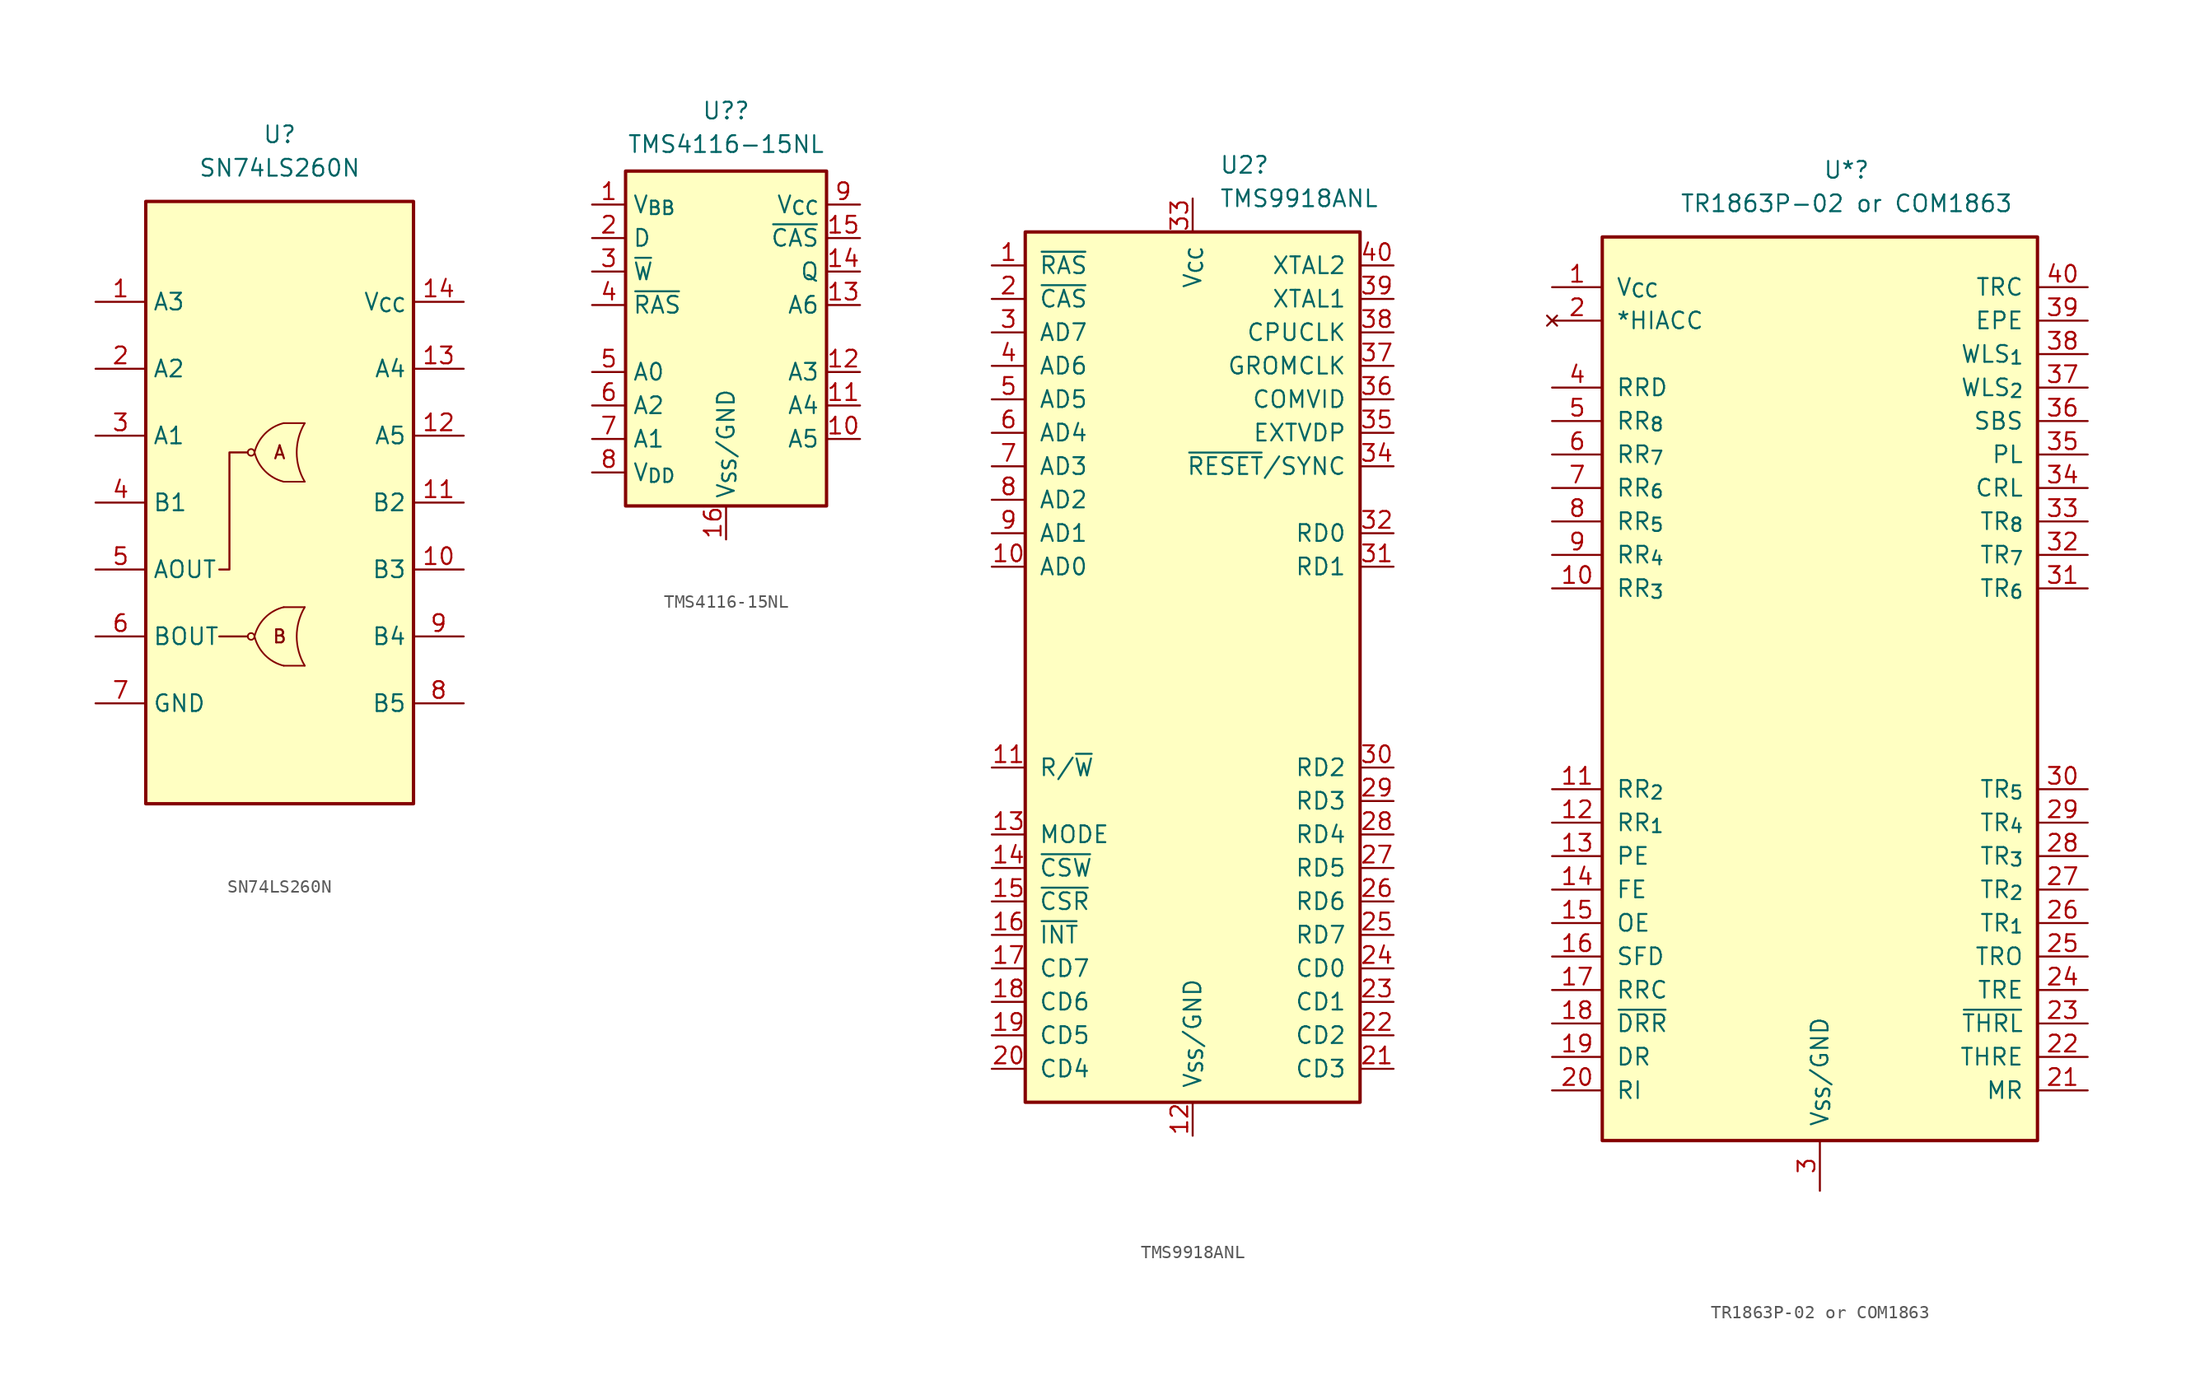
<source format=kicad_sym>
(kicad_symbol_lib
  (version 20211014)
  (generator kicad_symbol_editor)
  (symbol "SN74LS260N"
    (property "Reference" "U"
      (at 0 27.94 0)
      (effects (font (size 1.27 1.27))))
    (property "Value" "SN74LS260N"
      (at 0 25.4 0)
      (effects (font (size 1.27 1.27))))
    (symbol "SN74LS260N_0_0"
      (text "A" (at 0 3.81 0) (effects (font (size 0.991 0.991))))
      (text "B" (at 0 -10.16 0) (effects (font (size 0.991 0.991)))))
    (symbol "SN74LS260N_0_1"
      (rectangle (start -10.16 22.86) (end 10.16 -22.86) (stroke (width 0.254) (type default) (color 0 0 0 0)) (fill (type background)))
      (polyline (pts (xy -4.58 -10.16) (xy -2.418 -10.16)) (stroke (width 0) (type default) (color 0 0 0 0)) (fill (type none)))
      (polyline (pts (xy -4.58 -5.08) (xy -3.81 -5.08) (xy -3.81 3.81) (xy -2.418 3.81)) (stroke (width 0) (type default) (color 0 0 0 0)) (fill (type none))))
    (symbol "SN74LS260N_1_1"
      (circle (center -2.164 -10.16) (radius 0.254) (stroke (width 0.127) (type default) (color 0 0 0 0)) (fill (type none)))
      (circle (center -2.164 3.81) (radius 0.254) (stroke (width 0.127) (type default) (color 0 0 0 0)) (fill (type none)))
      (arc (start -1.905 -10.16) (mid -1.1099 -11.5793) (end 0.3048 -12.3825) (stroke (width 0.127) (type default) (color 0 0 0 0)) (fill (type background)))
      (arc (start -1.905 3.81) (mid -1.1099 2.3907) (end 0.3048 1.5875) (stroke (width 0.127) (type default) (color 0 0 0 0)) (fill (type background)))
      (polyline (pts (xy 1.905 -12.383) (xy 0.318 -12.383)) (stroke (width 0.127) (type default) (color 0 0 0 0)) (fill (type background)))
      (polyline (pts (xy 1.905 -7.938) (xy 0.318 -7.938)) (stroke (width 0.127) (type default) (color 0 0 0 0)) (fill (type background)))
      (polyline (pts (xy 1.905 1.587) (xy 0.318 1.587)) (stroke (width 0.127) (type default) (color 0 0 0 0)) (fill (type background)))
      (polyline (pts (xy 1.905 6.032) (xy 0.318 6.032)) (stroke (width 0.127) (type default) (color 0 0 0 0)) (fill (type background)))
      (polyline (pts (xy 0 1.27) (xy 1.587 1.27) (xy 1.587 1.27) (xy 1.499 1.448) (xy 1.232 2.032) (xy 1.067 2.654) (xy 0.991 3.277) (xy 1.003 3.924) (xy 1.118 4.547) (xy 1.308 5.156) (xy 1.587 5.715) (xy 1.587 5.715) (xy 0 5.715)) (stroke (width -12.7) (type default) (color 0 0 0 0)) (fill (type background)))
      (polyline (pts (xy 0.318 -12.383) (xy 1.905 -12.383) (xy 1.905 -12.383) (xy 1.816 -12.205) (xy 1.549 -11.62) (xy 1.384 -10.998) (xy 1.308 -10.376) (xy 1.321 -9.728) (xy 1.435 -9.106) (xy 1.626 -8.496) (xy 1.905 -7.938) (xy 1.905 -7.938) (xy 0.318 -7.938)) (stroke (width -12.7) (type default) (color 0 0 0 0)) (fill (type background)))
      (polyline (pts (xy 0.318 -2.223) (xy 1.905 -2.223) (xy 1.905 -2.223) (xy 1.816 -2.045) (xy 1.549 -1.46) (xy 1.384 -0.838) (xy 1.308 -0.216) (xy 1.321 0.432) (xy 1.435 1.054) (xy 1.626 1.664) (xy 1.905 2.223) (xy 1.905 2.223) (xy 0.318 2.223)) (stroke (width -12.7) (type default) (color 0 0 0 0)) (fill (type background)))
      (arc (start 0.3048 -7.9375) (mid -1.112 -8.7386) (end -1.905 -10.16) (stroke (width 0.127) (type default) (color 0 0 0 0)) (fill (type background)))
      (arc (start 0.3048 6.0325) (mid -1.112 5.2314) (end -1.905 3.81) (stroke (width 0.127) (type default) (color 0 0 0 0)) (fill (type background)))
      (arc (start 1.905 -7.9375) (mid 1.2955 -10.16) (end 1.905 -12.3825) (stroke (width 0.127) (type default) (color 0 0 0 0)) (fill (type none)))
      (arc (start 1.905 6.0325) (mid 1.2955 3.81) (end 1.905 1.5875) (stroke (width 0.127) (type default) (color 0 0 0 0)) (fill (type none)))
      (pin input line (at -13.97 15.24 0) (length 3.81) (name "A3" (effects (font (size 1.27 1.27)))) (number "1" (effects (font (size 1.27 1.27)))))
      (pin input line (at 13.97 -5.08 180) (length 3.81) (name "B3" (effects (font (size 1.27 1.27)))) (number "10" (effects (font (size 1.27 1.27)))))
      (pin input line (at 13.97 0 180) (length 3.81) (name "B2" (effects (font (size 1.27 1.27)))) (number "11" (effects (font (size 1.27 1.27)))))
      (pin input line (at 13.97 5.08 180) (length 3.81) (name "A5" (effects (font (size 1.27 1.27)))) (number "12" (effects (font (size 1.27 1.27)))))
      (pin input line (at 13.97 10.16 180) (length 3.81) (name "A4" (effects (font (size 1.27 1.27)))) (number "13" (effects (font (size 1.27 1.27)))))
      (pin power_in line (at 13.97 15.24 180) (length 3.81) (name "V_{CC}" (effects (font (size 1.27 1.27)))) (number "14" (effects (font (size 1.27 1.27)))))
      (pin input line (at -13.97 10.16 0) (length 3.81) (name "A2" (effects (font (size 1.27 1.27)))) (number "2" (effects (font (size 1.27 1.27)))))
      (pin input line (at -13.97 5.08 0) (length 3.81) (name "A1" (effects (font (size 1.27 1.27)))) (number "3" (effects (font (size 1.27 1.27)))))
      (pin input line (at -13.97 0 0) (length 3.81) (name "B1" (effects (font (size 1.27 1.27)))) (number "4" (effects (font (size 1.27 1.27)))))
      (pin output line (at -13.97 -5.08 0) (length 3.81) (name "AOUT" (effects (font (size 1.27 1.27)))) (number "5" (effects (font (size 1.27 1.27)))))
      (pin output line (at -13.97 -10.16 0) (length 3.81) (name "BOUT" (effects (font (size 1.27 1.27)))) (number "6" (effects (font (size 1.27 1.27)))))
      (pin power_in line (at -13.97 -15.24 0) (length 3.81) (name "GND" (effects (font (size 1.27 1.27)))) (number "7" (effects (font (size 1.27 1.27)))))
      (pin input line (at 13.97 -15.24 180) (length 3.81) (name "B5" (effects (font (size 1.27 1.27)))) (number "8" (effects (font (size 1.27 1.27)))))
      (pin input line (at 13.97 -10.16 180) (length 3.81) (name "B4" (effects (font (size 1.27 1.27)))) (number "9" (effects (font (size 1.27 1.27)))))))
  (symbol "TMS4116-15NL"
    (property "Reference" "U?"
      (at 0 17.272 0)
      (effects (font (size 1.27 1.27))))
    (property "Value" "TMS4116-15NL"
      (at 0 14.732 0)
      (effects (font (size 1.27 1.27))))
    (symbol "TMS4116-15NL_0_1"
      (rectangle (start -7.62 12.7) (end 7.62 -12.7) (stroke (width 0.254) (type default) (color 0 0 0 0)) (fill (type background))))
    (symbol "TMS4116-15NL_1_1"
      (pin power_in line (at -10.16 10.16 0) (length 2.54) (name "V_{BB}" (effects (font (size 1.27 1.27)))) (number "1" (effects (font (size 1.27 1.27)))))
      (pin passive line (at 10.16 -7.62 180) (length 2.54) (name "A5" (effects (font (size 1.27 1.27)))) (number "10" (effects (font (size 1.27 1.27)))))
      (pin passive line (at 10.16 -5.08 180) (length 2.54) (name "A4" (effects (font (size 1.27 1.27)))) (number "11" (effects (font (size 1.27 1.27)))))
      (pin passive line (at 10.16 -2.54 180) (length 2.54) (name "A3" (effects (font (size 1.27 1.27)))) (number "12" (effects (font (size 1.27 1.27)))))
      (pin passive line (at 10.16 2.54 180) (length 2.54) (name "A6" (effects (font (size 1.27 1.27)))) (number "13" (effects (font (size 1.27 1.27)))))
      (pin output line (at 10.16 5.08 180) (length 2.54) (name "Q" (effects (font (size 1.27 1.27)))) (number "14" (effects (font (size 1.27 1.27)))))
      (pin passive line (at 10.16 7.62 180) (length 2.54) (name "~{CAS}" (effects (font (size 1.27 1.27)))) (number "15" (effects (font (size 1.27 1.27)))))
      (pin power_in line (at 0 -15.24 90) (length 2.54) (name "V_{SS}/GND" (effects (font (size 1.27 1.27)))) (number "16" (effects (font (size 1.27 1.27)))))
      (pin input line (at -10.16 7.62 0) (length 2.54) (name "D" (effects (font (size 1.27 1.27)))) (number "2" (effects (font (size 1.27 1.27)))))
      (pin passive line (at -10.16 5.08 0) (length 2.54) (name "~{W}" (effects (font (size 1.27 1.27)))) (number "3" (effects (font (size 1.27 1.27)))))
      (pin passive line (at -10.16 2.54 0) (length 2.54) (name "~{RAS}" (effects (font (size 1.27 1.27)))) (number "4" (effects (font (size 1.27 1.27)))))
      (pin passive line (at -10.16 -2.54 0) (length 2.54) (name "A0" (effects (font (size 1.27 1.27)))) (number "5" (effects (font (size 1.27 1.27)))))
      (pin passive line (at -10.16 -5.08 0) (length 2.54) (name "A2" (effects (font (size 1.27 1.27)))) (number "6" (effects (font (size 1.27 1.27)))))
      (pin passive line (at -10.16 -7.62 0) (length 2.54) (name "A1" (effects (font (size 1.27 1.27)))) (number "7" (effects (font (size 1.27 1.27)))))
      (pin power_in line (at -10.16 -10.16 0) (length 2.54) (name "V_{DD}" (effects (font (size 1.27 1.27)))) (number "8" (effects (font (size 1.27 1.27)))))
      (pin power_in line (at 10.16 10.16 180) (length 2.54) (name "V_{CC}" (effects (font (size 1.27 1.27)))) (number "9" (effects (font (size 1.27 1.27)))))))
  (symbol "TMS9918ANL"
    (pin_names
      (offset 1.016))
    (property "Reference" "U2"
      (at 2.019 38.1 0)
      (effects (font (size 1.27 1.27)) (justify left)))
    (property "Value" "TMS9918ANL"
      (at 2.019 35.56 0)
      (effects (font (size 1.27 1.27)) (justify left)))
    (symbol "TMS9918ANL_0_1"
      (rectangle (start -12.7 -33.02) (end 12.7 33.02) (stroke (width 0.254) (type default) (color 0 0 0 0)) (fill (type background))))
    (symbol "TMS9918ANL_1_1"
      (pin output line (at -15.24 30.48 0) (length 2.54) (name "~{RAS}" (effects (font (size 1.27 1.27)))) (number "1" (effects (font (size 1.27 1.27)))))
      (pin output line (at -15.24 7.62 0) (length 2.54) (name "AD0" (effects (font (size 1.27 1.27)))) (number "10" (effects (font (size 1.27 1.27)))))
      (pin output line (at -15.24 -7.62 0) (length 2.54) (name "R/~{W}" (effects (font (size 1.27 1.27)))) (number "11" (effects (font (size 1.27 1.27)))))
      (pin power_in line (at 0 -35.56 90) (length 2.54) (name "V_{SS}/GND" (effects (font (size 1.27 1.27)))) (number "12" (effects (font (size 1.27 1.27)))))
      (pin input line (at -15.24 -12.7 0) (length 2.54) (name "MODE" (effects (font (size 1.27 1.27)))) (number "13" (effects (font (size 1.27 1.27)))))
      (pin input line (at -15.24 -15.24 0) (length 2.54) (name "~{CSW}" (effects (font (size 1.27 1.27)))) (number "14" (effects (font (size 1.27 1.27)))))
      (pin input line (at -15.24 -17.78 0) (length 2.54) (name "~{CSR}" (effects (font (size 1.27 1.27)))) (number "15" (effects (font (size 1.27 1.27)))))
      (pin output line (at -15.24 -20.32 0) (length 2.54) (name "~{INT}" (effects (font (size 1.27 1.27)))) (number "16" (effects (font (size 1.27 1.27)))))
      (pin bidirectional line (at -15.24 -22.86 0) (length 2.54) (name "CD7" (effects (font (size 1.27 1.27)))) (number "17" (effects (font (size 1.27 1.27)))))
      (pin bidirectional line (at -15.24 -25.4 0) (length 2.54) (name "CD6" (effects (font (size 1.27 1.27)))) (number "18" (effects (font (size 1.27 1.27)))))
      (pin bidirectional line (at -15.24 -27.94 0) (length 2.54) (name "CD5" (effects (font (size 1.27 1.27)))) (number "19" (effects (font (size 1.27 1.27)))))
      (pin output line (at -15.24 27.94 0) (length 2.54) (name "~{CAS}" (effects (font (size 1.27 1.27)))) (number "2" (effects (font (size 1.27 1.27)))))
      (pin bidirectional line (at -15.24 -30.48 0) (length 2.54) (name "CD4" (effects (font (size 1.27 1.27)))) (number "20" (effects (font (size 1.27 1.27)))))
      (pin bidirectional line (at 15.24 -30.48 180) (length 2.54) (name "CD3" (effects (font (size 1.27 1.27)))) (number "21" (effects (font (size 1.27 1.27)))))
      (pin bidirectional line (at 15.24 -27.94 180) (length 2.54) (name "CD2" (effects (font (size 1.27 1.27)))) (number "22" (effects (font (size 1.27 1.27)))))
      (pin bidirectional line (at 15.24 -25.4 180) (length 2.54) (name "CD1" (effects (font (size 1.27 1.27)))) (number "23" (effects (font (size 1.27 1.27)))))
      (pin bidirectional line (at 15.24 -22.86 180) (length 2.54) (name "CD0" (effects (font (size 1.27 1.27)))) (number "24" (effects (font (size 1.27 1.27)))))
      (pin input line (at 15.24 -20.32 180) (length 2.54) (name "RD7" (effects (font (size 1.27 1.27)))) (number "25" (effects (font (size 1.27 1.27)))))
      (pin input line (at 15.24 -17.78 180) (length 2.54) (name "RD6" (effects (font (size 1.27 1.27)))) (number "26" (effects (font (size 1.27 1.27)))))
      (pin input line (at 15.24 -15.24 180) (length 2.54) (name "RD5" (effects (font (size 1.27 1.27)))) (number "27" (effects (font (size 1.27 1.27)))))
      (pin input line (at 15.24 -12.7 180) (length 2.54) (name "RD4" (effects (font (size 1.27 1.27)))) (number "28" (effects (font (size 1.27 1.27)))))
      (pin input line (at 15.24 -10.16 180) (length 2.54) (name "RD3" (effects (font (size 1.27 1.27)))) (number "29" (effects (font (size 1.27 1.27)))))
      (pin output line (at -15.24 25.4 0) (length 2.54) (name "AD7" (effects (font (size 1.27 1.27)))) (number "3" (effects (font (size 1.27 1.27)))))
      (pin input line (at 15.24 -7.62 180) (length 2.54) (name "RD2" (effects (font (size 1.27 1.27)))) (number "30" (effects (font (size 1.27 1.27)))))
      (pin input line (at 15.24 7.62 180) (length 2.54) (name "RD1" (effects (font (size 1.27 1.27)))) (number "31" (effects (font (size 1.27 1.27)))))
      (pin input line (at 15.24 10.16 180) (length 2.54) (name "RD0" (effects (font (size 1.27 1.27)))) (number "32" (effects (font (size 1.27 1.27)))))
      (pin power_in line (at 0 35.56 270) (length 2.54) (name "V_{CC}" (effects (font (size 1.27 1.27)))) (number "33" (effects (font (size 1.27 1.27)))))
      (pin input line (at 15.24 15.24 180) (length 2.54) (name "~{RESET}/SYNC" (effects (font (size 1.27 1.27)))) (number "34" (effects (font (size 1.27 1.27)))))
      (pin bidirectional line (at 15.24 17.78 180) (length 2.54) (name "EXTVDP" (effects (font (size 1.27 1.27)))) (number "35" (effects (font (size 1.27 1.27)))))
      (pin output line (at 15.24 20.32 180) (length 2.54) (name "COMVID" (effects (font (size 1.27 1.27)))) (number "36" (effects (font (size 1.27 1.27)))))
      (pin output line (at 15.24 22.86 180) (length 2.54) (name "GROMCLK" (effects (font (size 1.27 1.27)))) (number "37" (effects (font (size 1.27 1.27)))))
      (pin output line (at 15.24 25.4 180) (length 2.54) (name "CPUCLK" (effects (font (size 1.27 1.27)))) (number "38" (effects (font (size 1.27 1.27)))))
      (pin input line (at 15.24 27.94 180) (length 2.54) (name "XTAL1" (effects (font (size 1.27 1.27)))) (number "39" (effects (font (size 1.27 1.27)))))
      (pin output line (at -15.24 22.86 0) (length 2.54) (name "AD6" (effects (font (size 1.27 1.27)))) (number "4" (effects (font (size 1.27 1.27)))))
      (pin input line (at 15.24 30.48 180) (length 2.54) (name "XTAL2" (effects (font (size 1.27 1.27)))) (number "40" (effects (font (size 1.27 1.27)))))
      (pin output line (at -15.24 20.32 0) (length 2.54) (name "AD5" (effects (font (size 1.27 1.27)))) (number "5" (effects (font (size 1.27 1.27)))))
      (pin output line (at -15.24 17.78 0) (length 2.54) (name "AD4" (effects (font (size 1.27 1.27)))) (number "6" (effects (font (size 1.27 1.27)))))
      (pin output line (at -15.24 15.24 0) (length 2.54) (name "AD3" (effects (font (size 1.27 1.27)))) (number "7" (effects (font (size 1.27 1.27)))))
      (pin output line (at -15.24 12.7 0) (length 2.54) (name "AD2" (effects (font (size 1.27 1.27)))) (number "8" (effects (font (size 1.27 1.27)))))
      (pin output line (at -15.24 10.16 0) (length 2.54) (name "AD1" (effects (font (size 1.27 1.27)))) (number "9" (effects (font (size 1.27 1.27)))))))
  (symbol "TR1863P-02 or COM1863"
    (pin_names
      (offset 1.016))
    (property "Reference" "U*"
      (at 2.019 39.37 0)
      (effects (font (size 1.27 1.27))))
    (property "Value" "TR1863P-02 or COM1863"
      (at 2.019 36.83 0)
      (effects (font (size 1.27 1.27))))
    (symbol "TR1863P-02 or COM1863_0_1"
      (rectangle (start -16.51 -34.29) (end 16.51 34.29) (stroke (width 0.254) (type default) (color 0 0 0 0)) (fill (type background))))
    (symbol "TR1863P-02 or COM1863_1_1"
      (pin passive line (at -20.32 30.48 0) (length 3.81) (name "V_{CC}" (effects (font (size 1.27 1.27)))) (number "1" (effects (font (size 1.27 1.27)))))
      (pin passive line (at -20.32 7.62 0) (length 3.81) (name "RR_{3}" (effects (font (size 1.27 1.27)))) (number "10" (effects (font (size 1.27 1.27)))))
      (pin passive line (at -20.32 -7.62 0) (length 3.81) (name "RR_{2}" (effects (font (size 1.27 1.27)))) (number "11" (effects (font (size 1.27 1.27)))))
      (pin passive line (at -20.32 -10.16 0) (length 3.81) (name "RR_{1}" (effects (font (size 1.27 1.27)))) (number "12" (effects (font (size 1.27 1.27)))))
      (pin passive line (at -20.32 -12.7 0) (length 3.81) (name "PE" (effects (font (size 1.27 1.27)))) (number "13" (effects (font (size 1.27 1.27)))))
      (pin passive line (at -20.32 -15.24 0) (length 3.81) (name "FE" (effects (font (size 1.27 1.27)))) (number "14" (effects (font (size 1.27 1.27)))))
      (pin passive line (at -20.32 -17.78 0) (length 3.81) (name "OE" (effects (font (size 1.27 1.27)))) (number "15" (effects (font (size 1.27 1.27)))))
      (pin passive line (at -20.32 -20.32 0) (length 3.81) (name "SFD" (effects (font (size 1.27 1.27)))) (number "16" (effects (font (size 1.27 1.27)))))
      (pin passive line (at -20.32 -22.86 0) (length 3.81) (name "RRC" (effects (font (size 1.27 1.27)))) (number "17" (effects (font (size 1.27 1.27)))))
      (pin passive line (at -20.32 -25.4 0) (length 3.81) (name "~{DRR}" (effects (font (size 1.27 1.27)))) (number "18" (effects (font (size 1.27 1.27)))))
      (pin passive line (at -20.32 -27.94 0) (length 3.81) (name "DR" (effects (font (size 1.27 1.27)))) (number "19" (effects (font (size 1.27 1.27)))))
      (pin no_connect line (at -20.32 27.94 0) (length 3.81) (name "*HIACC" (effects (font (size 1.27 1.27)))) (number "2" (effects (font (size 1.27 1.27)))))
      (pin passive line (at -20.32 -30.48 0) (length 3.81) (name "RI" (effects (font (size 1.27 1.27)))) (number "20" (effects (font (size 1.27 1.27)))))
      (pin passive line (at 20.32 -30.48 180) (length 3.81) (name "MR" (effects (font (size 1.27 1.27)))) (number "21" (effects (font (size 1.27 1.27)))))
      (pin passive line (at 20.32 -27.94 180) (length 3.81) (name "THRE" (effects (font (size 1.27 1.27)))) (number "22" (effects (font (size 1.27 1.27)))))
      (pin passive line (at 20.32 -25.4 180) (length 3.81) (name "~{THRL}" (effects (font (size 1.27 1.27)))) (number "23" (effects (font (size 1.27 1.27)))))
      (pin passive line (at 20.32 -22.86 180) (length 3.81) (name "TRE" (effects (font (size 1.27 1.27)))) (number "24" (effects (font (size 1.27 1.27)))))
      (pin passive line (at 20.32 -20.32 180) (length 3.81) (name "TRO" (effects (font (size 1.27 1.27)))) (number "25" (effects (font (size 1.27 1.27)))))
      (pin passive line (at 20.32 -17.78 180) (length 3.81) (name "TR_{1}" (effects (font (size 1.27 1.27)))) (number "26" (effects (font (size 1.27 1.27)))))
      (pin passive line (at 20.32 -15.24 180) (length 3.81) (name "TR_{2}" (effects (font (size 1.27 1.27)))) (number "27" (effects (font (size 1.27 1.27)))))
      (pin passive line (at 20.32 -12.7 180) (length 3.81) (name "TR_{3}" (effects (font (size 1.27 1.27)))) (number "28" (effects (font (size 1.27 1.27)))))
      (pin passive line (at 20.32 -10.16 180) (length 3.81) (name "TR_{4}" (effects (font (size 1.27 1.27)))) (number "29" (effects (font (size 1.27 1.27)))))
      (pin power_in line (at 0 -38.1 90) (length 3.81) (name "V_{SS}/GND" (effects (font (size 1.27 1.27)))) (number "3" (effects (font (size 1.27 1.27)))))
      (pin passive line (at 20.32 -7.62 180) (length 3.81) (name "TR_{5}" (effects (font (size 1.27 1.27)))) (number "30" (effects (font (size 1.27 1.27)))))
      (pin passive line (at 20.32 7.62 180) (length 3.81) (name "TR_{6}" (effects (font (size 1.27 1.27)))) (number "31" (effects (font (size 1.27 1.27)))))
      (pin passive line (at 20.32 10.16 180) (length 3.81) (name "TR_{7}" (effects (font (size 1.27 1.27)))) (number "32" (effects (font (size 1.27 1.27)))))
      (pin passive line (at 20.32 12.7 180) (length 3.81) (name "TR_{8}" (effects (font (size 1.27 1.27)))) (number "33" (effects (font (size 1.27 1.27)))))
      (pin passive line (at 20.32 15.24 180) (length 3.81) (name "CRL" (effects (font (size 1.27 1.27)))) (number "34" (effects (font (size 1.27 1.27)))))
      (pin passive line (at 20.32 17.78 180) (length 3.81) (name "PL" (effects (font (size 1.27 1.27)))) (number "35" (effects (font (size 1.27 1.27)))))
      (pin passive line (at 20.32 20.32 180) (length 3.81) (name "SBS" (effects (font (size 1.27 1.27)))) (number "36" (effects (font (size 1.27 1.27)))))
      (pin passive line (at 20.32 22.86 180) (length 3.81) (name "WLS_{2}" (effects (font (size 1.27 1.27)))) (number "37" (effects (font (size 1.27 1.27)))))
      (pin passive line (at 20.32 25.4 180) (length 3.81) (name "WLS_{1}" (effects (font (size 1.27 1.27)))) (number "38" (effects (font (size 1.27 1.27)))))
      (pin passive line (at 20.32 27.94 180) (length 3.81) (name "EPE" (effects (font (size 1.27 1.27)))) (number "39" (effects (font (size 1.27 1.27)))))
      (pin passive line (at -20.32 22.86 0) (length 3.81) (name "RRD" (effects (font (size 1.27 1.27)))) (number "4" (effects (font (size 1.27 1.27)))))
      (pin passive line (at 20.32 30.48 180) (length 3.81) (name "TRC" (effects (font (size 1.27 1.27)))) (number "40" (effects (font (size 1.27 1.27)))))
      (pin passive line (at -20.32 20.32 0) (length 3.81) (name "RR_{8}" (effects (font (size 1.27 1.27)))) (number "5" (effects (font (size 1.27 1.27)))))
      (pin passive line (at -20.32 17.78 0) (length 3.81) (name "RR_{7}" (effects (font (size 1.27 1.27)))) (number "6" (effects (font (size 1.27 1.27)))))
      (pin passive line (at -20.32 15.24 0) (length 3.81) (name "RR_{6}" (effects (font (size 1.27 1.27)))) (number "7" (effects (font (size 1.27 1.27)))))
      (pin passive line (at -20.32 12.7 0) (length 3.81) (name "RR_{5}" (effects (font (size 1.27 1.27)))) (number "8" (effects (font (size 1.27 1.27)))))
      (pin passive line (at -20.32 10.16 0) (length 3.81) (name "RR_{4}" (effects (font (size 1.27 1.27)))) (number "9" (effects (font (size 1.27 1.27))))))))
</source>
